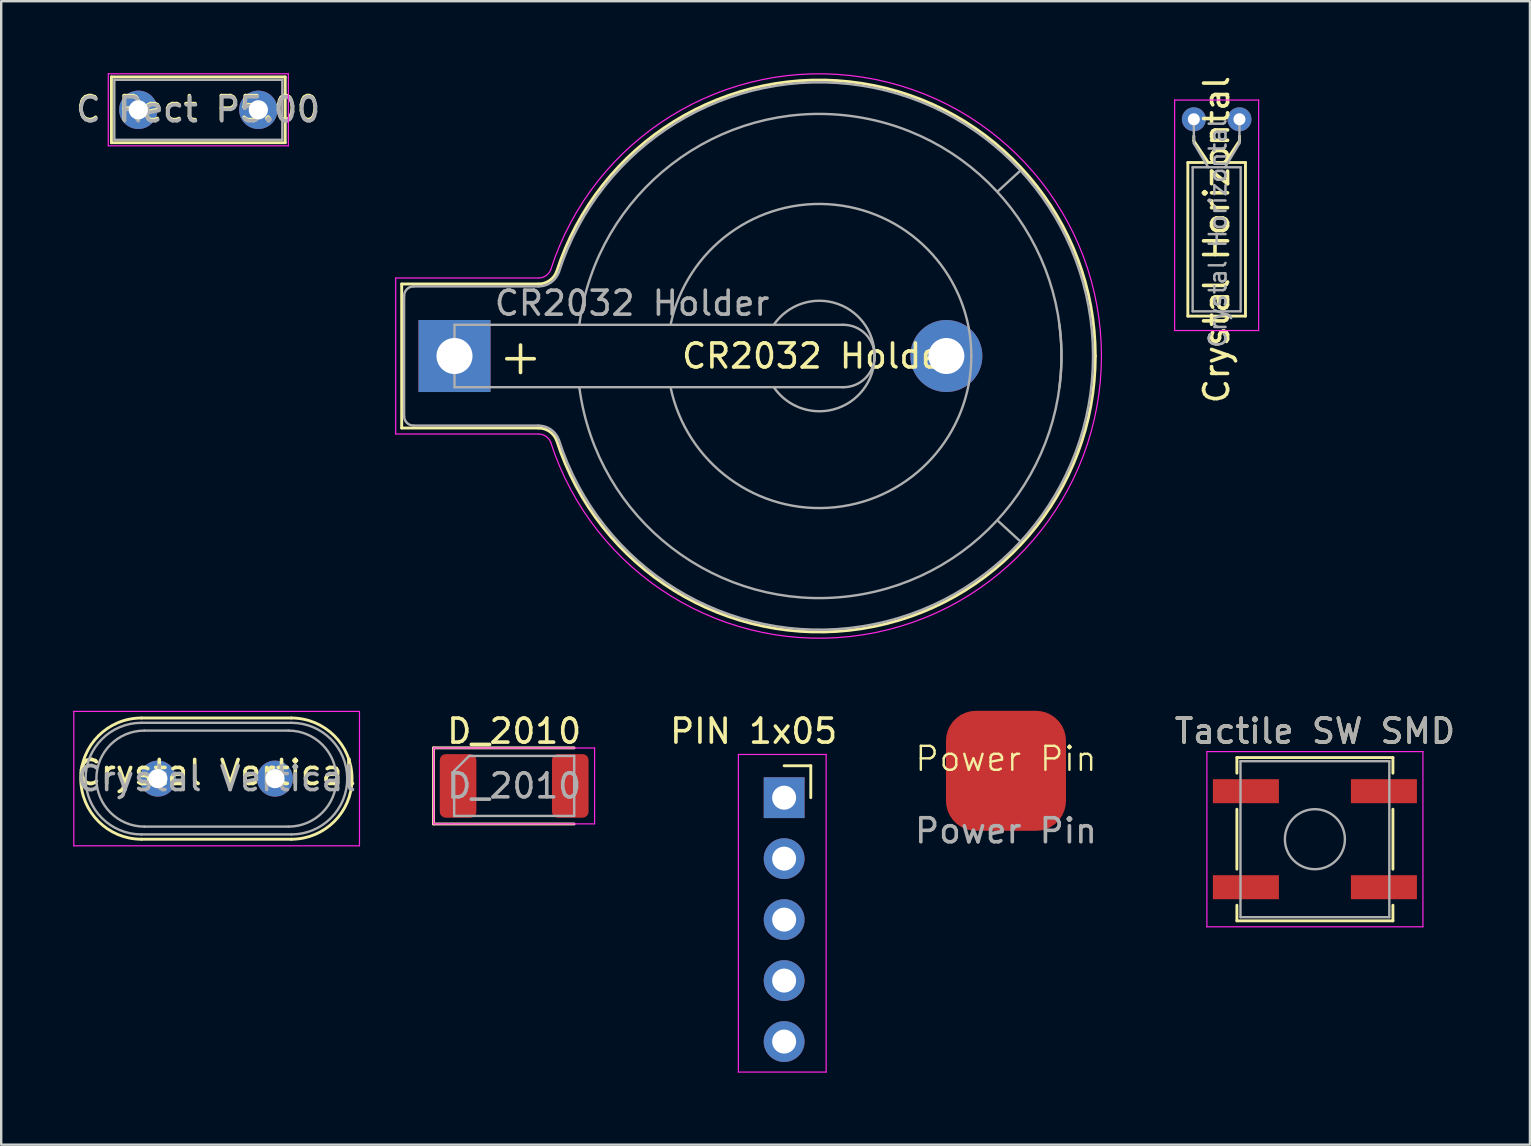
<source format=kicad_pcb>
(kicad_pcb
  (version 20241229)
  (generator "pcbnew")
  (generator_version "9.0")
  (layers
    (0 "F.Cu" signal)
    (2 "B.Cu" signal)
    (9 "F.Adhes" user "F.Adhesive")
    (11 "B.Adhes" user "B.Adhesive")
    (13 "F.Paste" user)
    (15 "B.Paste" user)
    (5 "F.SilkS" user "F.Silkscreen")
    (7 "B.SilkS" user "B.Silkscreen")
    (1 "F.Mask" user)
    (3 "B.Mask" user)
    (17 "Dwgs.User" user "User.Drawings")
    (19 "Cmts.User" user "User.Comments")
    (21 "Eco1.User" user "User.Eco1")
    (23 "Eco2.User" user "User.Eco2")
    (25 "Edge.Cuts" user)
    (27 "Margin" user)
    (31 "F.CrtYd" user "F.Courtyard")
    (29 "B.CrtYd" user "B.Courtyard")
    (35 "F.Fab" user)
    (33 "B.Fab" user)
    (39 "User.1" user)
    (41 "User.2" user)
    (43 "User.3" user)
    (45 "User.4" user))
  (footprint "Tactile SW SMD"
    (layer "F.Cu")
    (at 51.727 31.91)
    (property "Reference" "Tactile SW SMD" (at 0 -4.5 0) (layer "F.SilkS") (effects (font (size 1 1) (thickness 0.15))))
    (attr smd)
    (fp_line (start -3.25 -3.4) (end -3.25 -2.75) (stroke (width 0.12) (type solid)) (layer "F.SilkS"))
    (fp_line (start -3.25 -1.25) (end -3.25 1.25) (stroke (width 0.12) (type solid)) (layer "F.SilkS"))
    (fp_line (start -3.25 3.4) (end -3.25 2.75) (stroke (width 0.12) (type solid)) (layer "F.SilkS"))
    (fp_line (start 3.25 -3.4) (end -3.25 -3.4) (stroke (width 0.12) (type solid)) (layer "F.SilkS"))
    (fp_line (start 3.25 -2.75) (end 3.25 -3.4) (stroke (width 0.12) (type solid)) (layer "F.SilkS"))
    (fp_line (start 3.25 -1.25) (end 3.25 1.25) (stroke (width 0.12) (type solid)) (layer "F.SilkS"))
    (fp_line (start 3.25 2.75) (end 3.25 3.4) (stroke (width 0.12) (type solid)) (layer "F.SilkS"))
    (fp_line (start 3.25 3.4) (end -3.25 3.4) (stroke (width 0.12) (type solid)) (layer "F.SilkS"))
    (fp_line (start -4.5 -3.65) (end -4.5 3.65) (stroke (width 0.05) (type solid)) (layer "F.CrtYd"))
    (fp_line (start -4.5 3.65) (end 4.5 3.65) (stroke (width 0.05) (type solid)) (layer "F.CrtYd"))
    (fp_line (start 4.5 -3.65) (end -4.5 -3.65) (stroke (width 0.05) (type solid)) (layer "F.CrtYd"))
    (fp_line (start 4.5 3.65) (end 4.5 -3.65) (stroke (width 0.05) (type solid)) (layer "F.CrtYd"))
    (fp_line (start -3.1 -3.25) (end 3.1 -3.25) (stroke (width 0.1) (type solid)) (layer "F.Fab"))
    (fp_line (start -3.1 3.25) (end -3.1 -3.25) (stroke (width 0.1) (type solid)) (layer "F.Fab"))
    (fp_line (start 3.1 -3.25) (end 3.1 3.25) (stroke (width 0.1) (type solid)) (layer "F.Fab"))
    (fp_line (start 3.1 3.25) (end -3.1 3.25) (stroke (width 0.1) (type solid)) (layer "F.Fab"))
    (fp_circle (center 0 0) (end 1.25 0) (stroke (width 0.1) (type solid)) (fill no) (layer "F.Fab"))
    (fp_text user "${REFERENCE}" (at 0 -4.5 0) (layer "F.Fab") (effects (font (size 1 1) (thickness 0.15))))
    (pad "1" smd rect (at -2.875 -2) (size 2.75 1) (layers "F.Cu" "F.Mask" "F.Paste"))
    (pad "1" smd rect (at 2.875 -2) (size 2.75 1) (layers "F.Cu" "F.Mask" "F.Paste"))
    (pad "2" smd rect (at -2.875 2) (size 2.75 1) (layers "F.Cu" "F.Mask" "F.Paste"))
    (pad "2" smd rect (at 2.875 2) (size 2.75 1) (layers "F.Cu" "F.Mask" "F.Paste")))
  (footprint "Crystal Vertical"
    (layer "F.Cu")
    (at 3.525 29.386)
    (property "Reference" "Crystal Vertical" (at 2.44 -0.254 0) (layer "F.SilkS") (effects (font (size 1 1) (thickness 0.15))))
    (attr through_hole)
    (fp_line (start -0.685 -2.525) (end 5.565 -2.525) (stroke (width 0.12) (type solid)) (layer "F.SilkS"))
    (fp_line (start -0.685 2.525) (end 5.565 2.525) (stroke (width 0.12) (type solid)) (layer "F.SilkS"))
    (fp_arc (start -0.685 2.525) (mid -3.21 0) (end -0.685 -2.525) (stroke (width 0.12) (type solid)) (layer "F.SilkS"))
    (fp_arc (start 5.565 -2.525) (mid 8.09 0) (end 5.565 2.525) (stroke (width 0.12) (type solid)) (layer "F.SilkS"))
    (fp_line (start -3.5 -2.8) (end -3.5 2.8) (stroke (width 0.05) (type solid)) (layer "F.CrtYd"))
    (fp_line (start -3.5 2.8) (end 8.4 2.8) (stroke (width 0.05) (type solid)) (layer "F.CrtYd"))
    (fp_line (start 8.4 -2.8) (end -3.5 -2.8) (stroke (width 0.05) (type solid)) (layer "F.CrtYd"))
    (fp_line (start 8.4 2.8) (end 8.4 -2.8) (stroke (width 0.05) (type solid)) (layer "F.CrtYd"))
    (fp_line (start -0.685 -2.325) (end 5.565 -2.325) (stroke (width 0.1) (type solid)) (layer "F.Fab"))
    (fp_line (start -0.685 2.325) (end 5.565 2.325) (stroke (width 0.1) (type solid)) (layer "F.Fab"))
    (fp_line (start -0.56 -2) (end 5.44 -2) (stroke (width 0.1) (type solid)) (layer "F.Fab"))
    (fp_line (start -0.56 2) (end 5.44 2) (stroke (width 0.1) (type solid)) (layer "F.Fab"))
    (fp_arc (start -0.685 2.325) (mid -3.01 0) (end -0.685 -2.325) (stroke (width 0.1) (type solid)) (layer "F.Fab"))
    (fp_arc (start -0.56 2) (mid -2.56 0) (end -0.56 -2) (stroke (width 0.1) (type solid)) (layer "F.Fab"))
    (fp_arc (start 5.44 -2) (mid 7.44 0) (end 5.44 2) (stroke (width 0.1) (type solid)) (layer "F.Fab"))
    (fp_arc (start 5.565 -2.325) (mid 7.89 0) (end 5.565 2.325) (stroke (width 0.1) (type solid)) (layer "F.Fab"))
    (fp_text user "${REFERENCE}" (at 2.44 0 0) (layer "F.Fab") (effects (font (size 1 1) (thickness 0.15))))
    (pad "1" thru_hole circle (at 0 0) (size 1.5 1.5) (drill 0.8) (layers "*.Cu" "*.Mask"))
    (pad "2" thru_hole circle (at 4.88 0) (size 1.5 1.5) (drill 0.8) (layers "*.Cu" "*.Mask")))
  (footprint "D_2010"
    (layer "F.Cu")
    (at 18.37 29.69)
    (property "Reference" "D_2010" (at 0 -2.28 0) (layer "F.SilkS") (effects (font (size 1 1) (thickness 0.15))))
    (attr smd)
    (fp_line (start -3.36 -1.585) (end -3.36 1.585) (stroke (width 0.12) (type solid)) (layer "F.SilkS"))
    (fp_line (start -3.36 1.585) (end 2.5 1.585) (stroke (width 0.12) (type solid)) (layer "F.SilkS"))
    (fp_line (start 2.5 -1.585) (end -3.36 -1.585) (stroke (width 0.12) (type solid)) (layer "F.SilkS"))
    (fp_line (start -3.35 -1.58) (end 3.35 -1.58) (stroke (width 0.05) (type solid)) (layer "F.CrtYd"))
    (fp_line (start -3.35 1.58) (end -3.35 -1.58) (stroke (width 0.05) (type solid)) (layer "F.CrtYd"))
    (fp_line (start 3.35 -1.58) (end 3.35 1.58) (stroke (width 0.05) (type solid)) (layer "F.CrtYd"))
    (fp_line (start 3.35 1.58) (end -3.35 1.58) (stroke (width 0.05) (type solid)) (layer "F.CrtYd"))
    (fp_line (start -2.5 -0.625) (end -2.5 1.25) (stroke (width 0.1) (type solid)) (layer "F.Fab"))
    (fp_line (start -2.5 1.25) (end 2.5 1.25) (stroke (width 0.1) (type solid)) (layer "F.Fab"))
    (fp_line (start -1.875 -1.25) (end -2.5 -0.625) (stroke (width 0.1) (type solid)) (layer "F.Fab"))
    (fp_line (start 2.5 -1.25) (end -1.875 -1.25) (stroke (width 0.1) (type solid)) (layer "F.Fab"))
    (fp_line (start 2.5 1.25) (end 2.5 -1.25) (stroke (width 0.1) (type solid)) (layer "F.Fab"))
    (fp_text user "${REFERENCE}" (at 0 0 0) (layer "F.Fab") (effects (font (size 1 1) (thickness 0.15))))
    (pad "1" smd roundrect (at -2.337 0) (size 1.525 2.65) (layers "F.Cu" "F.Mask" "F.Paste") (roundrect_rratio 0.164))
    (pad "2" smd roundrect (at 2.337 0) (size 1.525 2.65) (layers "F.Cu" "F.Mask" "F.Paste") (roundrect_rratio 0.164)))
  (footprint "Crystal Horizontal"
    (layer "F.Cu")
    (at 46.684 1.919)
    (property "Reference" "Crystal Horizontal" (at 0.95 5.016 90) (layer "F.SilkS") (effects (font (size 1 1) (thickness 0.15))))
    (attr through_hole)
    (fp_line (start -0.25 1.8) (end -0.25 8.2) (stroke (width 0.12) (type solid)) (layer "F.SilkS"))
    (fp_line (start -0.25 8.2) (end 2.15 8.2) (stroke (width 0.12) (type solid)) (layer "F.SilkS"))
    (fp_line (start 0 0.9) (end 0 0.7) (stroke (width 0.12) (type solid)) (layer "F.SilkS"))
    (fp_line (start 0.6 1.8) (end 0 0.9) (stroke (width 0.12) (type solid)) (layer "F.SilkS"))
    (fp_line (start 1.3 1.8) (end 1.9 0.9) (stroke (width 0.12) (type solid)) (layer "F.SilkS"))
    (fp_line (start 1.9 0.9) (end 1.9 0.7) (stroke (width 0.12) (type solid)) (layer "F.SilkS"))
    (fp_line (start 2.15 1.8) (end -0.25 1.8) (stroke (width 0.12) (type solid)) (layer "F.SilkS"))
    (fp_line (start 2.15 8.2) (end 2.15 1.8) (stroke (width 0.12) (type solid)) (layer "F.SilkS"))
    (fp_line (start -0.8 -0.8) (end -0.8 8.8) (stroke (width 0.05) (type solid)) (layer "F.CrtYd"))
    (fp_line (start -0.8 8.8) (end 2.7 8.8) (stroke (width 0.05) (type solid)) (layer "F.CrtYd"))
    (fp_line (start 2.7 -0.8) (end -0.8 -0.8) (stroke (width 0.05) (type solid)) (layer "F.CrtYd"))
    (fp_line (start 2.7 8.8) (end 2.7 -0.8) (stroke (width 0.05) (type solid)) (layer "F.CrtYd"))
    (fp_line (start -0.05 2) (end -0.05 8) (stroke (width 0.1) (type solid)) (layer "F.Fab"))
    (fp_line (start -0.05 8) (end 1.95 8) (stroke (width 0.1) (type solid)) (layer "F.Fab"))
    (fp_line (start 0 1) (end 0 0) (stroke (width 0.1) (type solid)) (layer "F.Fab"))
    (fp_line (start 0.6 2) (end 0 1) (stroke (width 0.1) (type solid)) (layer "F.Fab"))
    (fp_line (start 1.3 2) (end 1.9 1) (stroke (width 0.1) (type solid)) (layer "F.Fab"))
    (fp_line (start 1.9 1) (end 1.9 0) (stroke (width 0.1) (type solid)) (layer "F.Fab"))
    (fp_line (start 1.95 2) (end -0.05 2) (stroke (width 0.1) (type solid)) (layer "F.Fab"))
    (fp_line (start 1.95 8) (end 1.95 2) (stroke (width 0.1) (type solid)) (layer "F.Fab"))
    (fp_text user "${REFERENCE}" (at 1 4.75 90) (layer "F.Fab") (effects (font (size 0.7 0.7) (thickness 0.105))))
    (pad "1" thru_hole circle (at 0 0) (size 1 1) (drill 0.5) (layers "*.Cu" "*.Mask"))
    (pad "2" thru_hole circle (at 1.9 0) (size 1 1) (drill 0.5) (layers "*.Cu" "*.Mask")))
  (footprint "PIN 1x05"
    (layer "F.Cu")
    (at 29.616 30.18)
    (property "Reference" "PIN 1x05" (at -1.27 -2.77 0) (layer "F.SilkS") (effects (font (size 1 1) (thickness 0.15))))
    (attr through_hole)
    (fp_line (start 0 -1.33) (end 1.11 -1.33) (stroke (width 0.12) (type solid)) (layer "F.SilkS"))
    (fp_line (start 1.11 -1.33) (end 1.11 0) (stroke (width 0.12) (type solid)) (layer "F.SilkS"))
    (fp_line (start -1.905 -1.8) (end -1.905 11.43) (stroke (width 0.05) (type solid)) (layer "F.CrtYd"))
    (fp_line (start -1.905 11.43) (end 1.75 11.43) (stroke (width 0.05) (type solid)) (layer "F.CrtYd"))
    (fp_line (start 1.75 -1.8) (end -1.905 -1.8) (stroke (width 0.05) (type solid)) (layer "F.CrtYd"))
    (fp_line (start 1.75 11.43) (end 1.75 -1.8) (stroke (width 0.05) (type solid)) (layer "F.CrtYd"))
    (fp_line (start 0 10.46) (end 0 9.86) (stroke (width 0.1) (type solid)) (layer "F.Fab"))
    (pad "1" thru_hole rect (at 0 0) (size 1.7 1.7) (drill 1) (layers "*.Cu" "*.Mask"))
    (pad "2" thru_hole oval (at 0 2.54) (size 1.7 1.7) (drill 1) (layers "*.Cu" "*.Mask"))
    (pad "3" thru_hole oval (at 0 5.08) (size 1.7 1.7) (drill 1) (layers "*.Cu" "*.Mask"))
    (pad "4" thru_hole oval (at 0 7.62) (size 1.7 1.7) (drill 1) (layers "*.Cu" "*.Mask"))
    (pad "5" thru_hole oval (at 0 10.16) (size 1.7 1.7) (drill 1) (layers "*.Cu" "*.Mask")))
  (footprint "C Rect P5.00"
    (layer "F.Cu")
    (at 2.712 1.525)
    (property "Reference" "C Rect P5.00" (at 2.484 -0.048 0) (layer "F.SilkS") (effects (font (size 1 1) (thickness 0.15))))
    (attr through_hole)
    (fp_line (start -1.12 -1.37) (end -1.12 1.37) (stroke (width 0.12) (type solid)) (layer "F.SilkS"))
    (fp_line (start -1.12 -1.37) (end 6.12 -1.37) (stroke (width 0.12) (type solid)) (layer "F.SilkS"))
    (fp_line (start -1.12 1.37) (end 6.12 1.37) (stroke (width 0.12) (type solid)) (layer "F.SilkS"))
    (fp_line (start 6.12 -1.37) (end 6.12 1.37) (stroke (width 0.12) (type solid)) (layer "F.SilkS"))
    (fp_line (start -1.25 -1.5) (end -1.25 1.5) (stroke (width 0.05) (type solid)) (layer "F.CrtYd"))
    (fp_line (start -1.25 1.5) (end 6.25 1.5) (stroke (width 0.05) (type solid)) (layer "F.CrtYd"))
    (fp_line (start 6.25 -1.5) (end -1.25 -1.5) (stroke (width 0.05) (type solid)) (layer "F.CrtYd"))
    (fp_line (start 6.25 1.5) (end 6.25 -1.5) (stroke (width 0.05) (type solid)) (layer "F.CrtYd"))
    (fp_line (start -1 -1.25) (end -1 1.25) (stroke (width 0.1) (type solid)) (layer "F.Fab"))
    (fp_line (start -1 1.25) (end 6 1.25) (stroke (width 0.1) (type solid)) (layer "F.Fab"))
    (fp_line (start 6 -1.25) (end -1 -1.25) (stroke (width 0.1) (type solid)) (layer "F.Fab"))
    (fp_line (start 6 1.25) (end 6 -1.25) (stroke (width 0.1) (type solid)) (layer "F.Fab"))
    (fp_text user "${REFERENCE}" (at 2.5 0 0) (layer "F.Fab") (effects (font (size 1 1) (thickness 0.15))))
    (pad "1" thru_hole circle (at 0 0) (size 1.6 1.6) (drill 0.8) (layers "*.Cu" "*.Mask"))
    (pad "2" thru_hole circle (at 5 0) (size 1.6 1.6) (drill 0.8) (layers "*.Cu" "*.Mask")))
  (footprint "CR2032 Holder"
    (layer "F.Cu")
    (at 15.884 11.781)
    (property "Reference" "CR2032 Holder" (at 15.2 0.000011 0) (layer "F.SilkS") (effects (font (size 1 1) (thickness 0.15))))
    (attr through_hole)
    (fp_line (start -2.2 -3) (end 3.5 -3) (stroke (width 0.12) (type solid)) (layer "F.SilkS"))
    (fp_line (start -2.2 3) (end -2.2 -3) (stroke (width 0.12) (type solid)) (layer "F.SilkS"))
    (fp_line (start -2.2 3) (end 3.5 3) (stroke (width 0.12) (type solid)) (layer "F.SilkS"))
    (fp_arc (start 3.5 3) (mid 3.950694 3.136459) (end 4.25 3.5) (stroke (width 0.12) (type solid)) (layer "F.SilkS"))
    (fp_arc (start 4.25 -3.5) (mid 3.950694 -3.136459) (end 3.5 -3) (stroke (width 0.12) (type solid)) (layer "F.SilkS"))
    (fp_arc (start 4.25 -3.5) (mid 16.971103 -11.358466) (end 26.695671 0) (stroke (width 0.12) (type solid)) (layer "F.SilkS"))
    (fp_arc (start 26.695671 0) (mid 16.971103 11.358466) (end 4.25 3.5) (stroke (width 0.12) (type solid)) (layer "F.SilkS"))
    (fp_line (start -2.45 -3.25) (end 3.5 -3.25) (stroke (width 0.05) (type solid)) (layer "F.CrtYd"))
    (fp_line (start -2.45 3.25) (end -2.45 -3.25) (stroke (width 0.05) (type solid)) (layer "F.CrtYd"))
    (fp_line (start -2.45 3.25) (end 3.5 3.25) (stroke (width 0.05) (type solid)) (layer "F.CrtYd"))
    (fp_arc (start 3.5 3.25) (mid 3.80926 3.345922) (end 4.01 3.6) (stroke (width 0.05) (type solid)) (layer "F.CrtYd"))
    (fp_arc (start 4.01 -3.6) (mid 3.809274 -3.345915) (end 3.5 -3.25) (stroke (width 0.05) (type solid)) (layer "F.CrtYd"))
    (fp_arc (start 4.01 -3.6) (mid 17.020063 -11.613627) (end 26.95 0) (stroke (width 0.05) (type solid)) (layer "F.CrtYd"))
    (fp_arc (start 26.95 0) (mid 17.020063 11.613629) (end 4.01 3.6) (stroke (width 0.05) (type solid)) (layer "F.CrtYd"))
    (fp_line (start -2.1 -2.5) (end -2.1 2.5) (stroke (width 0.1) (type solid)) (layer "F.Fab"))
    (fp_line (start -1.7 2.9) (end 3.5 2.9) (stroke (width 0.1) (type solid)) (layer "F.Fab"))
    (fp_line (start 0 -1.3) (end 0 1.3) (stroke (width 0.1) (type solid)) (layer "F.Fab"))
    (fp_line (start 0 1.3) (end 16.2 1.3) (stroke (width 0.1) (type solid)) (layer "F.Fab"))
    (fp_line (start 3.5 -2.9) (end -1.7 -2.9) (stroke (width 0.1) (type solid)) (layer "F.Fab"))
    (fp_line (start 16.2 -1.3) (end 0 -1.3) (stroke (width 0.1) (type solid)) (layer "F.Fab"))
    (fp_line (start 23.571 -7.722) (end 22.631 -6.858) (stroke (width 0.1) (type solid)) (layer "F.Fab"))
    (fp_line (start 23.571 7.722) (end 22.657 6.883) (stroke (width 0.1) (type solid)) (layer "F.Fab"))
    (fp_arc (start -2.1 -2.5) (mid -1.982843 -2.782843) (end -1.7 -2.9) (stroke (width 0.1) (type solid)) (layer "F.Fab"))
    (fp_arc (start -1.7 2.9) (mid -1.982843 2.782843) (end -2.1 2.5) (stroke (width 0.1) (type solid)) (layer "F.Fab"))
    (fp_arc (start 3.5 2.9) (mid 4.020219 3.065109) (end 4.35 3.5) (stroke (width 0.1) (type solid)) (layer "F.Fab"))
    (fp_arc (start 4.35 -3.5) (mid 4.020217 -3.065109) (end 3.5 -2.9) (stroke (width 0.1) (type solid)) (layer "F.Fab"))
    (fp_arc (start 4.35 -3.5) (mid 16.971395 -11.261979) (end 26.600299 0) (stroke (width 0.1) (type solid)) (layer "F.Fab"))
    (fp_arc (start 5.2 -1.3) (mid 16.5 -10) (end 25.2 1.3) (stroke (width 0.1) (type solid)) (layer "F.Fab"))
    (fp_arc (start 9 -1.3) (mid 15.851291 -6.300938) (end 21.53 0) (stroke (width 0.1) (type solid)) (layer "F.Fab"))
    (fp_arc (start 13.3 -1.3) (mid 15.963947 -2.171724) (end 17.495448 0.175833) (stroke (width 0.1) (type solid)) (layer "F.Fab"))
    (fp_arc (start 16.2 -1.3) (mid 17.5 0) (end 16.2 1.3) (stroke (width 0.1) (type solid)) (layer "F.Fab"))
    (fp_arc (start 17.495448 -0.175833) (mid 15.963947 2.171724) (end 13.3 1.3) (stroke (width 0.1) (type solid)) (layer "F.Fab"))
    (fp_arc (start 21.53 0) (mid 15.85129 6.300937) (end 9 1.3) (stroke (width 0.1) (type solid)) (layer "F.Fab"))
    (fp_arc (start 25.2 -1.3) (mid 16.5 10) (end 5.2 1.3) (stroke (width 0.1) (type solid)) (layer "F.Fab"))
    (fp_arc (start 26.600299 0) (mid 16.971396 11.261979) (end 4.35 3.5) (stroke (width 0.1) (type solid)) (layer "F.Fab"))
    (fp_text user "+" (at 2.75 0 0) (layer "F.SilkS") (effects (font (size 1.5 1.5) (thickness 0.15))))
    (fp_text user "${REFERENCE}" (at 7.4 -2.2 0) (layer "F.Fab") (effects (font (size 1 1) (thickness 0.15))))
    (pad "1" thru_hole rect (at 0 0) (size 3 3) (drill 1.5) (layers "*.Cu" "*.Mask"))
    (pad "2" thru_hole circle (at 20.49 0) (size 3 3) (drill 1.5) (layers "*.Cu" "*.Mask")))
  (footprint "Power Pin"
    (layer "F.Cu")
    (at 38.858 29.061)
    (property "Reference" "Power Pin" (at 0 -0.5 0) (unlocked yes) (layer "F.SilkS") (effects (font (size 1 1) (thickness 0.1))))
    (attr smd)
    (fp_text user "${REFERENCE}" (at 0 2.5 0) (unlocked yes) (layer "F.Fab") (effects (font (size 1 1) (thickness 0.15))))
    (pad "1" smd roundrect (at 0 0) (size 5 5) (layers "F.Cu" "F.Mask" "F.Paste") (roundrect_rratio 0.25)))
  (gr_rect
    (start -3 -3)
    (end 60.685 44.635)
    (stroke (width 0.1) (type default))
    (fill no)
    (layer "Edge.Cuts")))
</source>
